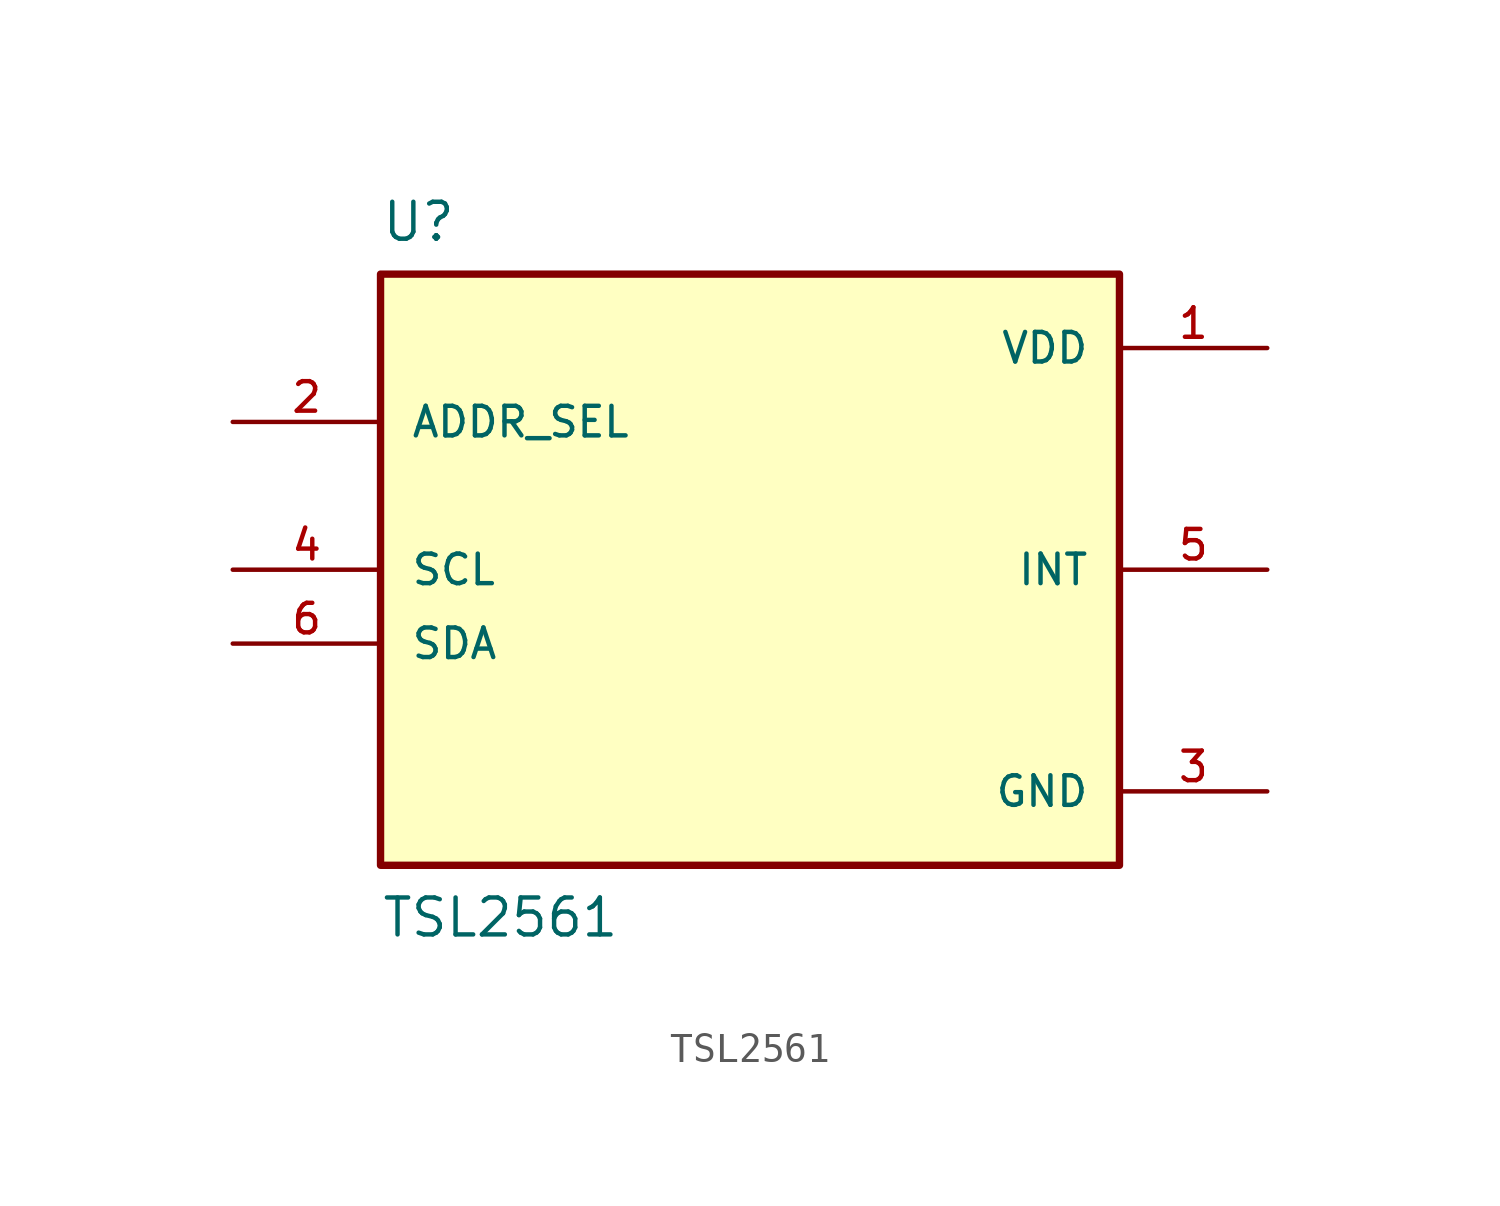
<source format=kicad_sym>
(kicad_symbol_lib
  (version 20211014)
  (generator kicad_symbol_editor)
  (symbol "TSL2561"
    (pin_names
      (offset 1.016))
    (property "Reference" "U"
      (at -12.7 12.7 0)
      (effects (font (size 1.27 1.27)) (justify top left)))
    (property "Value" "TSL2561"
      (at -12.7 -12.7 0)
      (effects (font (size 1.27 1.27)) (justify bottom left)))
    (symbol "TSL2561_0_0"
      (rectangle (start -12.7 -10.16) (end 12.7 10.16) (stroke (width 0.254)) (fill (type background)))
      (pin power_in line (at 17.78 7.62 180.0) (length 5.08) (name "VDD" (effects (font (size 1.016 1.016)))) (number "1" (effects (font (size 1.016 1.016)))))
      (pin input line (at -17.78 5.08 0) (length 5.08) (name "ADDR_SEL" (effects (font (size 1.016 1.016)))) (number "2" (effects (font (size 1.016 1.016)))))
      (pin power_in line (at 17.78 -7.62 180.0) (length 5.08) (name "GND" (effects (font (size 1.016 1.016)))) (number "3" (effects (font (size 1.016 1.016)))))
      (pin input line (at -17.78 0.0 0) (length 5.08) (name "SCL" (effects (font (size 1.016 1.016)))) (number "4" (effects (font (size 1.016 1.016)))))
      (pin output line (at 17.78 0.0 180.0) (length 5.08) (name "INT" (effects (font (size 1.016 1.016)))) (number "5" (effects (font (size 1.016 1.016)))))
      (pin bidirectional line (at -17.78 -2.54 0) (length 5.08) (name "SDA" (effects (font (size 1.016 1.016)))) (number "6" (effects (font (size 1.016 1.016))))))))
</source>
